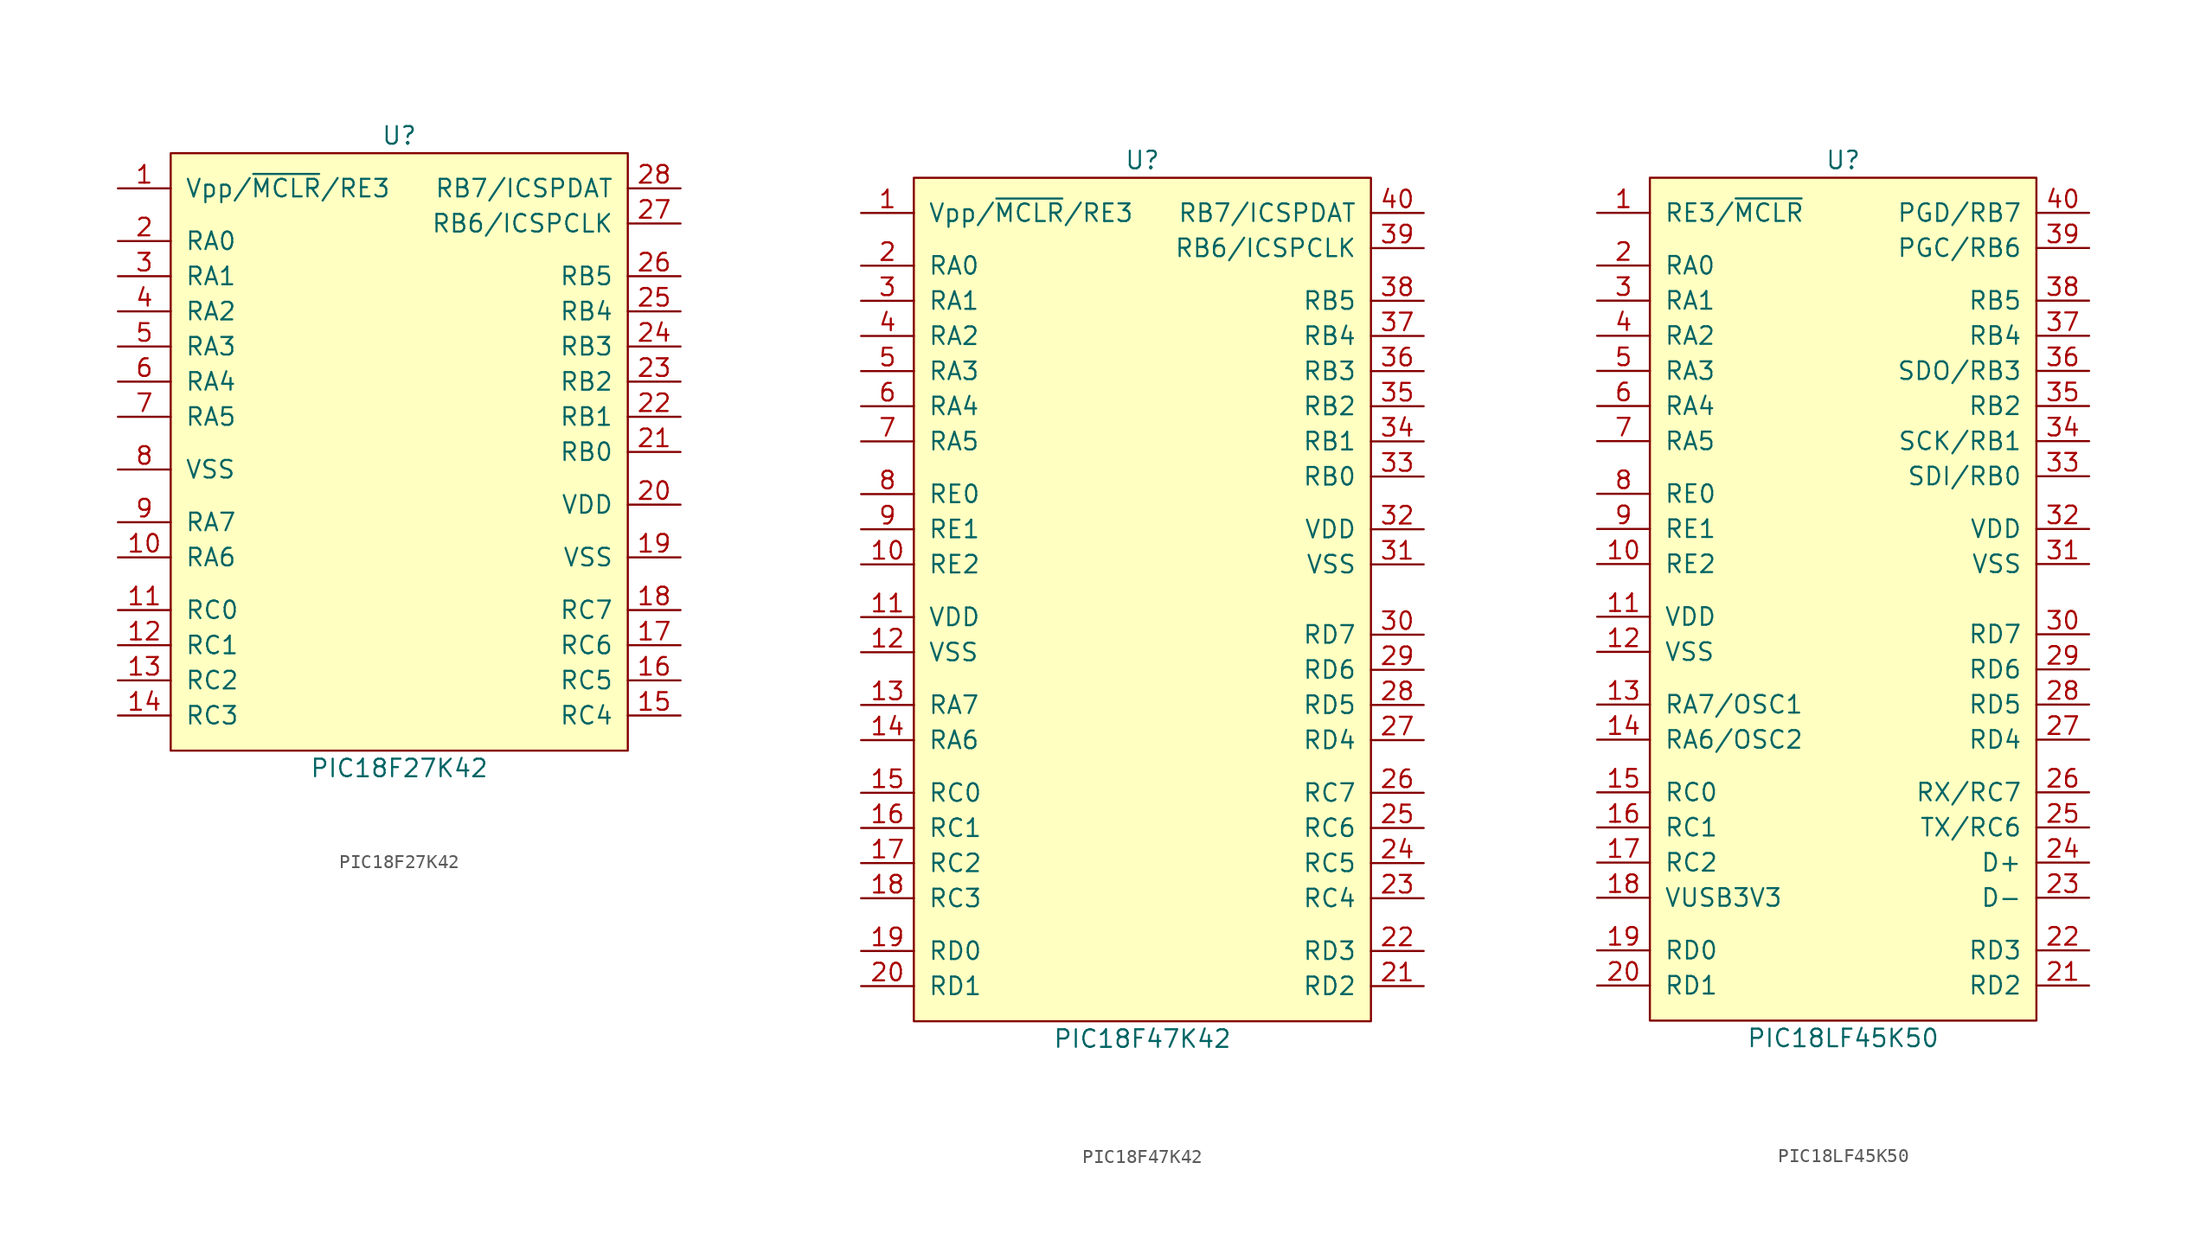
<source format=kicad_sym>
(kicad_symbol_lib
  (version 20210619)
  (generator kicad_symbol_editor)
  (symbol "PIC18F27K42"
    (pin_names
      (offset 1.016))
    (property "Reference" "U"
      (at 0 22.86 0)
      (effects (font (size 1.27 1.27))))
    (property "Value" "PIC18F27K42"
      (at 0 -22.86 0)
      (effects (font (size 1.27 1.27))))
    (symbol "PIC18F27K42_0_0"
      (pin input line (at -20.32 19.05 0) (length 3.81) (name "Vpp/~{MCLR}/RE3" (effects (font (size 1.27 1.27)))) (number "1" (effects (font (size 1.27 1.27)))))
      (pin bidirectional line (at -20.32 -7.62 0) (length 3.81) (name "RA6" (effects (font (size 1.27 1.27)))) (number "10" (effects (font (size 1.27 1.27)))))
      (pin bidirectional line (at -20.32 -11.43 0) (length 3.81) (name "RC0" (effects (font (size 1.27 1.27)))) (number "11" (effects (font (size 1.27 1.27)))))
      (pin bidirectional line (at -20.32 -13.97 0) (length 3.81) (name "RC1" (effects (font (size 1.27 1.27)))) (number "12" (effects (font (size 1.27 1.27)))))
      (pin bidirectional line (at -20.32 -16.51 0) (length 3.81) (name "RC2" (effects (font (size 1.27 1.27)))) (number "13" (effects (font (size 1.27 1.27)))))
      (pin bidirectional line (at -20.32 -19.05 0) (length 3.81) (name "RC3" (effects (font (size 1.27 1.27)))) (number "14" (effects (font (size 1.27 1.27)))))
      (pin bidirectional line (at 20.32 -19.05 180) (length 3.81) (name "RC4" (effects (font (size 1.27 1.27)))) (number "15" (effects (font (size 1.27 1.27)))))
      (pin bidirectional line (at 20.32 -16.51 180) (length 3.81) (name "RC5" (effects (font (size 1.27 1.27)))) (number "16" (effects (font (size 1.27 1.27)))))
      (pin bidirectional line (at 20.32 -13.97 180) (length 3.81) (name "RC6" (effects (font (size 1.27 1.27)))) (number "17" (effects (font (size 1.27 1.27)))))
      (pin bidirectional line (at 20.32 -11.43 180) (length 3.81) (name "RC7" (effects (font (size 1.27 1.27)))) (number "18" (effects (font (size 1.27 1.27)))))
      (pin power_in line (at 20.32 -7.62 180) (length 3.81) (name "VSS" (effects (font (size 1.27 1.27)))) (number "19" (effects (font (size 1.27 1.27)))))
      (pin bidirectional line (at -20.32 15.24 0) (length 3.81) (name "RA0" (effects (font (size 1.27 1.27)))) (number "2" (effects (font (size 1.27 1.27)))))
      (pin power_in line (at 20.32 -3.81 180) (length 3.81) (name "VDD" (effects (font (size 1.27 1.27)))) (number "20" (effects (font (size 1.27 1.27)))))
      (pin bidirectional line (at 20.32 0 180) (length 3.81) (name "RB0" (effects (font (size 1.27 1.27)))) (number "21" (effects (font (size 1.27 1.27)))))
      (pin bidirectional line (at 20.32 2.54 180) (length 3.81) (name "RB1" (effects (font (size 1.27 1.27)))) (number "22" (effects (font (size 1.27 1.27)))))
      (pin bidirectional line (at 20.32 5.08 180) (length 3.81) (name "RB2" (effects (font (size 1.27 1.27)))) (number "23" (effects (font (size 1.27 1.27)))))
      (pin bidirectional line (at 20.32 7.62 180) (length 3.81) (name "RB3" (effects (font (size 1.27 1.27)))) (number "24" (effects (font (size 1.27 1.27)))))
      (pin bidirectional line (at 20.32 10.16 180) (length 3.81) (name "RB4" (effects (font (size 1.27 1.27)))) (number "25" (effects (font (size 1.27 1.27)))))
      (pin bidirectional line (at 20.32 12.7 180) (length 3.81) (name "RB5" (effects (font (size 1.27 1.27)))) (number "26" (effects (font (size 1.27 1.27)))))
      (pin bidirectional line (at 20.32 16.51 180) (length 3.81) (name "RB6/ICSPCLK" (effects (font (size 1.27 1.27)))) (number "27" (effects (font (size 1.27 1.27)))))
      (pin bidirectional line (at 20.32 19.05 180) (length 3.81) (name "RB7/ICSPDAT" (effects (font (size 1.27 1.27)))) (number "28" (effects (font (size 1.27 1.27)))))
      (pin bidirectional line (at -20.32 12.7 0) (length 3.81) (name "RA1" (effects (font (size 1.27 1.27)))) (number "3" (effects (font (size 1.27 1.27)))))
      (pin bidirectional line (at -20.32 10.16 0) (length 3.81) (name "RA2" (effects (font (size 1.27 1.27)))) (number "4" (effects (font (size 1.27 1.27)))))
      (pin bidirectional line (at -20.32 7.62 0) (length 3.81) (name "RA3" (effects (font (size 1.27 1.27)))) (number "5" (effects (font (size 1.27 1.27)))))
      (pin bidirectional line (at -20.32 5.08 0) (length 3.81) (name "RA4" (effects (font (size 1.27 1.27)))) (number "6" (effects (font (size 1.27 1.27)))))
      (pin bidirectional line (at -20.32 2.54 0) (length 3.81) (name "RA5" (effects (font (size 1.27 1.27)))) (number "7" (effects (font (size 1.27 1.27)))))
      (pin power_in line (at -20.32 -1.27 0) (length 3.81) (name "VSS" (effects (font (size 1.27 1.27)))) (number "8" (effects (font (size 1.27 1.27)))))
      (pin bidirectional line (at -20.32 -5.08 0) (length 3.81) (name "RA7" (effects (font (size 1.27 1.27)))) (number "9" (effects (font (size 1.27 1.27))))))
    (symbol "PIC18F27K42_0_1"
      (rectangle (start -16.51 21.59) (end 16.51 -21.59) (stroke (width 0)) (fill (type background)))))
  (symbol "PIC18F47K42"
    (pin_names
      (offset 1.016))
    (property "Reference" "U"
      (at 0 31.75 0)
      (effects (font (size 1.27 1.27))))
    (property "Value" "PIC18F47K42"
      (at 0 -31.75 0)
      (effects (font (size 1.27 1.27))))
    (symbol "PIC18F47K42_0_0"
      (pin input line (at -20.32 27.94 0) (length 3.81) (name "Vpp/~{MCLR}/RE3" (effects (font (size 1.27 1.27)))) (number "1" (effects (font (size 1.27 1.27)))))
      (pin bidirectional line (at -20.32 2.54 0) (length 3.81) (name "RE2" (effects (font (size 1.27 1.27)))) (number "10" (effects (font (size 1.27 1.27)))))
      (pin power_in line (at -20.32 -1.27 0) (length 3.81) (name "VDD" (effects (font (size 1.27 1.27)))) (number "11" (effects (font (size 1.27 1.27)))))
      (pin power_in line (at -20.32 -3.81 0) (length 3.81) (name "VSS" (effects (font (size 1.27 1.27)))) (number "12" (effects (font (size 1.27 1.27)))))
      (pin bidirectional line (at -20.32 -7.62 0) (length 3.81) (name "RA7" (effects (font (size 1.27 1.27)))) (number "13" (effects (font (size 1.27 1.27)))))
      (pin bidirectional line (at -20.32 -10.16 0) (length 3.81) (name "RA6" (effects (font (size 1.27 1.27)))) (number "14" (effects (font (size 1.27 1.27)))))
      (pin bidirectional line (at -20.32 -13.97 0) (length 3.81) (name "RC0" (effects (font (size 1.27 1.27)))) (number "15" (effects (font (size 1.27 1.27)))))
      (pin bidirectional line (at -20.32 -16.51 0) (length 3.81) (name "RC1" (effects (font (size 1.27 1.27)))) (number "16" (effects (font (size 1.27 1.27)))))
      (pin bidirectional line (at -20.32 -19.05 0) (length 3.81) (name "RC2" (effects (font (size 1.27 1.27)))) (number "17" (effects (font (size 1.27 1.27)))))
      (pin bidirectional line (at -20.32 -21.59 0) (length 3.81) (name "RC3" (effects (font (size 1.27 1.27)))) (number "18" (effects (font (size 1.27 1.27)))))
      (pin bidirectional line (at -20.32 -25.4 0) (length 3.81) (name "RD0" (effects (font (size 1.27 1.27)))) (number "19" (effects (font (size 1.27 1.27)))))
      (pin bidirectional line (at -20.32 24.13 0) (length 3.81) (name "RA0" (effects (font (size 1.27 1.27)))) (number "2" (effects (font (size 1.27 1.27)))))
      (pin bidirectional line (at -20.32 -27.94 0) (length 3.81) (name "RD1" (effects (font (size 1.27 1.27)))) (number "20" (effects (font (size 1.27 1.27)))))
      (pin bidirectional line (at 20.32 -27.94 180) (length 3.81) (name "RD2" (effects (font (size 1.27 1.27)))) (number "21" (effects (font (size 1.27 1.27)))))
      (pin bidirectional line (at 20.32 -25.4 180) (length 3.81) (name "RD3" (effects (font (size 1.27 1.27)))) (number "22" (effects (font (size 1.27 1.27)))))
      (pin bidirectional line (at 20.32 -21.59 180) (length 3.81) (name "RC4" (effects (font (size 1.27 1.27)))) (number "23" (effects (font (size 1.27 1.27)))))
      (pin bidirectional line (at 20.32 -19.05 180) (length 3.81) (name "RC5" (effects (font (size 1.27 1.27)))) (number "24" (effects (font (size 1.27 1.27)))))
      (pin bidirectional line (at 20.32 -16.51 180) (length 3.81) (name "RC6" (effects (font (size 1.27 1.27)))) (number "25" (effects (font (size 1.27 1.27)))))
      (pin bidirectional line (at 20.32 -13.97 180) (length 3.81) (name "RC7" (effects (font (size 1.27 1.27)))) (number "26" (effects (font (size 1.27 1.27)))))
      (pin bidirectional line (at 20.32 -10.16 180) (length 3.81) (name "RD4" (effects (font (size 1.27 1.27)))) (number "27" (effects (font (size 1.27 1.27)))))
      (pin bidirectional line (at 20.32 -7.62 180) (length 3.81) (name "RD5" (effects (font (size 1.27 1.27)))) (number "28" (effects (font (size 1.27 1.27)))))
      (pin bidirectional line (at 20.32 -5.08 180) (length 3.81) (name "RD6" (effects (font (size 1.27 1.27)))) (number "29" (effects (font (size 1.27 1.27)))))
      (pin bidirectional line (at -20.32 21.59 0) (length 3.81) (name "RA1" (effects (font (size 1.27 1.27)))) (number "3" (effects (font (size 1.27 1.27)))))
      (pin bidirectional line (at 20.32 -2.54 180) (length 3.81) (name "RD7" (effects (font (size 1.27 1.27)))) (number "30" (effects (font (size 1.27 1.27)))))
      (pin power_in line (at 20.32 2.54 180) (length 3.81) (name "VSS" (effects (font (size 1.27 1.27)))) (number "31" (effects (font (size 1.27 1.27)))))
      (pin power_in line (at 20.32 5.08 180) (length 3.81) (name "VDD" (effects (font (size 1.27 1.27)))) (number "32" (effects (font (size 1.27 1.27)))))
      (pin bidirectional line (at 20.32 8.89 180) (length 3.81) (name "RB0" (effects (font (size 1.27 1.27)))) (number "33" (effects (font (size 1.27 1.27)))))
      (pin bidirectional line (at 20.32 11.43 180) (length 3.81) (name "RB1" (effects (font (size 1.27 1.27)))) (number "34" (effects (font (size 1.27 1.27)))))
      (pin bidirectional line (at 20.32 13.97 180) (length 3.81) (name "RB2" (effects (font (size 1.27 1.27)))) (number "35" (effects (font (size 1.27 1.27)))))
      (pin bidirectional line (at 20.32 16.51 180) (length 3.81) (name "RB3" (effects (font (size 1.27 1.27)))) (number "36" (effects (font (size 1.27 1.27)))))
      (pin bidirectional line (at 20.32 19.05 180) (length 3.81) (name "RB4" (effects (font (size 1.27 1.27)))) (number "37" (effects (font (size 1.27 1.27)))))
      (pin bidirectional line (at 20.32 21.59 180) (length 3.81) (name "RB5" (effects (font (size 1.27 1.27)))) (number "38" (effects (font (size 1.27 1.27)))))
      (pin bidirectional line (at 20.32 25.4 180) (length 3.81) (name "RB6/ICSPCLK" (effects (font (size 1.27 1.27)))) (number "39" (effects (font (size 1.27 1.27)))))
      (pin bidirectional line (at -20.32 19.05 0) (length 3.81) (name "RA2" (effects (font (size 1.27 1.27)))) (number "4" (effects (font (size 1.27 1.27)))))
      (pin bidirectional line (at 20.32 27.94 180) (length 3.81) (name "RB7/ICSPDAT" (effects (font (size 1.27 1.27)))) (number "40" (effects (font (size 1.27 1.27)))))
      (pin bidirectional line (at -20.32 16.51 0) (length 3.81) (name "RA3" (effects (font (size 1.27 1.27)))) (number "5" (effects (font (size 1.27 1.27)))))
      (pin bidirectional line (at -20.32 13.97 0) (length 3.81) (name "RA4" (effects (font (size 1.27 1.27)))) (number "6" (effects (font (size 1.27 1.27)))))
      (pin bidirectional line (at -20.32 11.43 0) (length 3.81) (name "RA5" (effects (font (size 1.27 1.27)))) (number "7" (effects (font (size 1.27 1.27)))))
      (pin bidirectional line (at -20.32 7.62 0) (length 3.81) (name "RE0" (effects (font (size 1.27 1.27)))) (number "8" (effects (font (size 1.27 1.27)))))
      (pin bidirectional line (at -20.32 5.08 0) (length 3.81) (name "RE1" (effects (font (size 1.27 1.27)))) (number "9" (effects (font (size 1.27 1.27))))))
    (symbol "PIC18F47K42_0_1"
      (rectangle (start -16.51 30.48) (end 16.51 -30.48) (stroke (width 0)) (fill (type background)))))
  (symbol "PIC18LF45K50"
    (pin_names
      (offset 1.016))
    (property "Reference" "U"
      (at 0 31.75 0)
      (effects (font (size 1.27 1.27))))
    (property "Value" "PIC18LF45K50"
      (at 0 -31.75 0)
      (effects (font (size 1.27 1.27))))
    (symbol "PIC18LF45K50_0_0"
      (pin input line (at -17.78 27.94 0) (length 3.81) (name "RE3/~{MCLR}" (effects (font (size 1.27 1.27)))) (number "1" (effects (font (size 1.27 1.27)))))
      (pin bidirectional line (at -17.78 2.54 0) (length 3.81) (name "RE2" (effects (font (size 1.27 1.27)))) (number "10" (effects (font (size 1.27 1.27)))))
      (pin power_in line (at -17.78 -1.27 0) (length 3.81) (name "VDD" (effects (font (size 1.27 1.27)))) (number "11" (effects (font (size 1.27 1.27)))))
      (pin power_in line (at -17.78 -3.81 0) (length 3.81) (name "VSS" (effects (font (size 1.27 1.27)))) (number "12" (effects (font (size 1.27 1.27)))))
      (pin bidirectional line (at -17.78 -7.62 0) (length 3.81) (name "RA7/OSC1" (effects (font (size 1.27 1.27)))) (number "13" (effects (font (size 1.27 1.27)))))
      (pin bidirectional line (at -17.78 -10.16 0) (length 3.81) (name "RA6/OSC2" (effects (font (size 1.27 1.27)))) (number "14" (effects (font (size 1.27 1.27)))))
      (pin bidirectional line (at -17.78 -13.97 0) (length 3.81) (name "RC0" (effects (font (size 1.27 1.27)))) (number "15" (effects (font (size 1.27 1.27)))))
      (pin bidirectional line (at -17.78 -16.51 0) (length 3.81) (name "RC1" (effects (font (size 1.27 1.27)))) (number "16" (effects (font (size 1.27 1.27)))))
      (pin bidirectional line (at -17.78 -19.05 0) (length 3.81) (name "RC2" (effects (font (size 1.27 1.27)))) (number "17" (effects (font (size 1.27 1.27)))))
      (pin bidirectional line (at -17.78 -21.59 0) (length 3.81) (name "VUSB3V3" (effects (font (size 1.27 1.27)))) (number "18" (effects (font (size 1.27 1.27)))))
      (pin bidirectional line (at -17.78 -25.4 0) (length 3.81) (name "RD0" (effects (font (size 1.27 1.27)))) (number "19" (effects (font (size 1.27 1.27)))))
      (pin bidirectional line (at -17.78 24.13 0) (length 3.81) (name "RA0" (effects (font (size 1.27 1.27)))) (number "2" (effects (font (size 1.27 1.27)))))
      (pin bidirectional line (at -17.78 -27.94 0) (length 3.81) (name "RD1" (effects (font (size 1.27 1.27)))) (number "20" (effects (font (size 1.27 1.27)))))
      (pin bidirectional line (at 17.78 -27.94 180) (length 3.81) (name "RD2" (effects (font (size 1.27 1.27)))) (number "21" (effects (font (size 1.27 1.27)))))
      (pin bidirectional line (at 17.78 -25.4 180) (length 3.81) (name "RD3" (effects (font (size 1.27 1.27)))) (number "22" (effects (font (size 1.27 1.27)))))
      (pin bidirectional line (at 17.78 -21.59 180) (length 3.81) (name "D-" (effects (font (size 1.27 1.27)))) (number "23" (effects (font (size 1.27 1.27)))))
      (pin bidirectional line (at 17.78 -19.05 180) (length 3.81) (name "D+" (effects (font (size 1.27 1.27)))) (number "24" (effects (font (size 1.27 1.27)))))
      (pin bidirectional line (at 17.78 -16.51 180) (length 3.81) (name "TX/RC6" (effects (font (size 1.27 1.27)))) (number "25" (effects (font (size 1.27 1.27)))))
      (pin bidirectional line (at 17.78 -13.97 180) (length 3.81) (name "RX/RC7" (effects (font (size 1.27 1.27)))) (number "26" (effects (font (size 1.27 1.27)))))
      (pin bidirectional line (at 17.78 -10.16 180) (length 3.81) (name "RD4" (effects (font (size 1.27 1.27)))) (number "27" (effects (font (size 1.27 1.27)))))
      (pin bidirectional line (at 17.78 -7.62 180) (length 3.81) (name "RD5" (effects (font (size 1.27 1.27)))) (number "28" (effects (font (size 1.27 1.27)))))
      (pin bidirectional line (at 17.78 -5.08 180) (length 3.81) (name "RD6" (effects (font (size 1.27 1.27)))) (number "29" (effects (font (size 1.27 1.27)))))
      (pin bidirectional line (at -17.78 21.59 0) (length 3.81) (name "RA1" (effects (font (size 1.27 1.27)))) (number "3" (effects (font (size 1.27 1.27)))))
      (pin bidirectional line (at 17.78 -2.54 180) (length 3.81) (name "RD7" (effects (font (size 1.27 1.27)))) (number "30" (effects (font (size 1.27 1.27)))))
      (pin power_in line (at 17.78 2.54 180) (length 3.81) (name "VSS" (effects (font (size 1.27 1.27)))) (number "31" (effects (font (size 1.27 1.27)))))
      (pin power_in line (at 17.78 5.08 180) (length 3.81) (name "VDD" (effects (font (size 1.27 1.27)))) (number "32" (effects (font (size 1.27 1.27)))))
      (pin bidirectional line (at 17.78 8.89 180) (length 3.81) (name "SDI/RB0" (effects (font (size 1.27 1.27)))) (number "33" (effects (font (size 1.27 1.27)))))
      (pin bidirectional line (at 17.78 11.43 180) (length 3.81) (name "SCK/RB1" (effects (font (size 1.27 1.27)))) (number "34" (effects (font (size 1.27 1.27)))))
      (pin bidirectional line (at 17.78 13.97 180) (length 3.81) (name "RB2" (effects (font (size 1.27 1.27)))) (number "35" (effects (font (size 1.27 1.27)))))
      (pin bidirectional line (at 17.78 16.51 180) (length 3.81) (name "SDO/RB3" (effects (font (size 1.27 1.27)))) (number "36" (effects (font (size 1.27 1.27)))))
      (pin bidirectional line (at 17.78 19.05 180) (length 3.81) (name "RB4" (effects (font (size 1.27 1.27)))) (number "37" (effects (font (size 1.27 1.27)))))
      (pin bidirectional line (at 17.78 21.59 180) (length 3.81) (name "RB5" (effects (font (size 1.27 1.27)))) (number "38" (effects (font (size 1.27 1.27)))))
      (pin bidirectional line (at 17.78 25.4 180) (length 3.81) (name "PGC/RB6" (effects (font (size 1.27 1.27)))) (number "39" (effects (font (size 1.27 1.27)))))
      (pin bidirectional line (at -17.78 19.05 0) (length 3.81) (name "RA2" (effects (font (size 1.27 1.27)))) (number "4" (effects (font (size 1.27 1.27)))))
      (pin bidirectional line (at 17.78 27.94 180) (length 3.81) (name "PGD/RB7" (effects (font (size 1.27 1.27)))) (number "40" (effects (font (size 1.27 1.27)))))
      (pin bidirectional line (at -17.78 16.51 0) (length 3.81) (name "RA3" (effects (font (size 1.27 1.27)))) (number "5" (effects (font (size 1.27 1.27)))))
      (pin bidirectional line (at -17.78 13.97 0) (length 3.81) (name "RA4" (effects (font (size 1.27 1.27)))) (number "6" (effects (font (size 1.27 1.27)))))
      (pin bidirectional line (at -17.78 11.43 0) (length 3.81) (name "RA5" (effects (font (size 1.27 1.27)))) (number "7" (effects (font (size 1.27 1.27)))))
      (pin bidirectional line (at -17.78 7.62 0) (length 3.81) (name "RE0" (effects (font (size 1.27 1.27)))) (number "8" (effects (font (size 1.27 1.27)))))
      (pin bidirectional line (at -17.78 5.08 0) (length 3.81) (name "RE1" (effects (font (size 1.27 1.27)))) (number "9" (effects (font (size 1.27 1.27))))))
    (symbol "PIC18LF45K50_0_1"
      (rectangle (start -13.97 30.48) (end 13.97 -30.48) (stroke (width 0)) (fill (type background))))))
</source>
